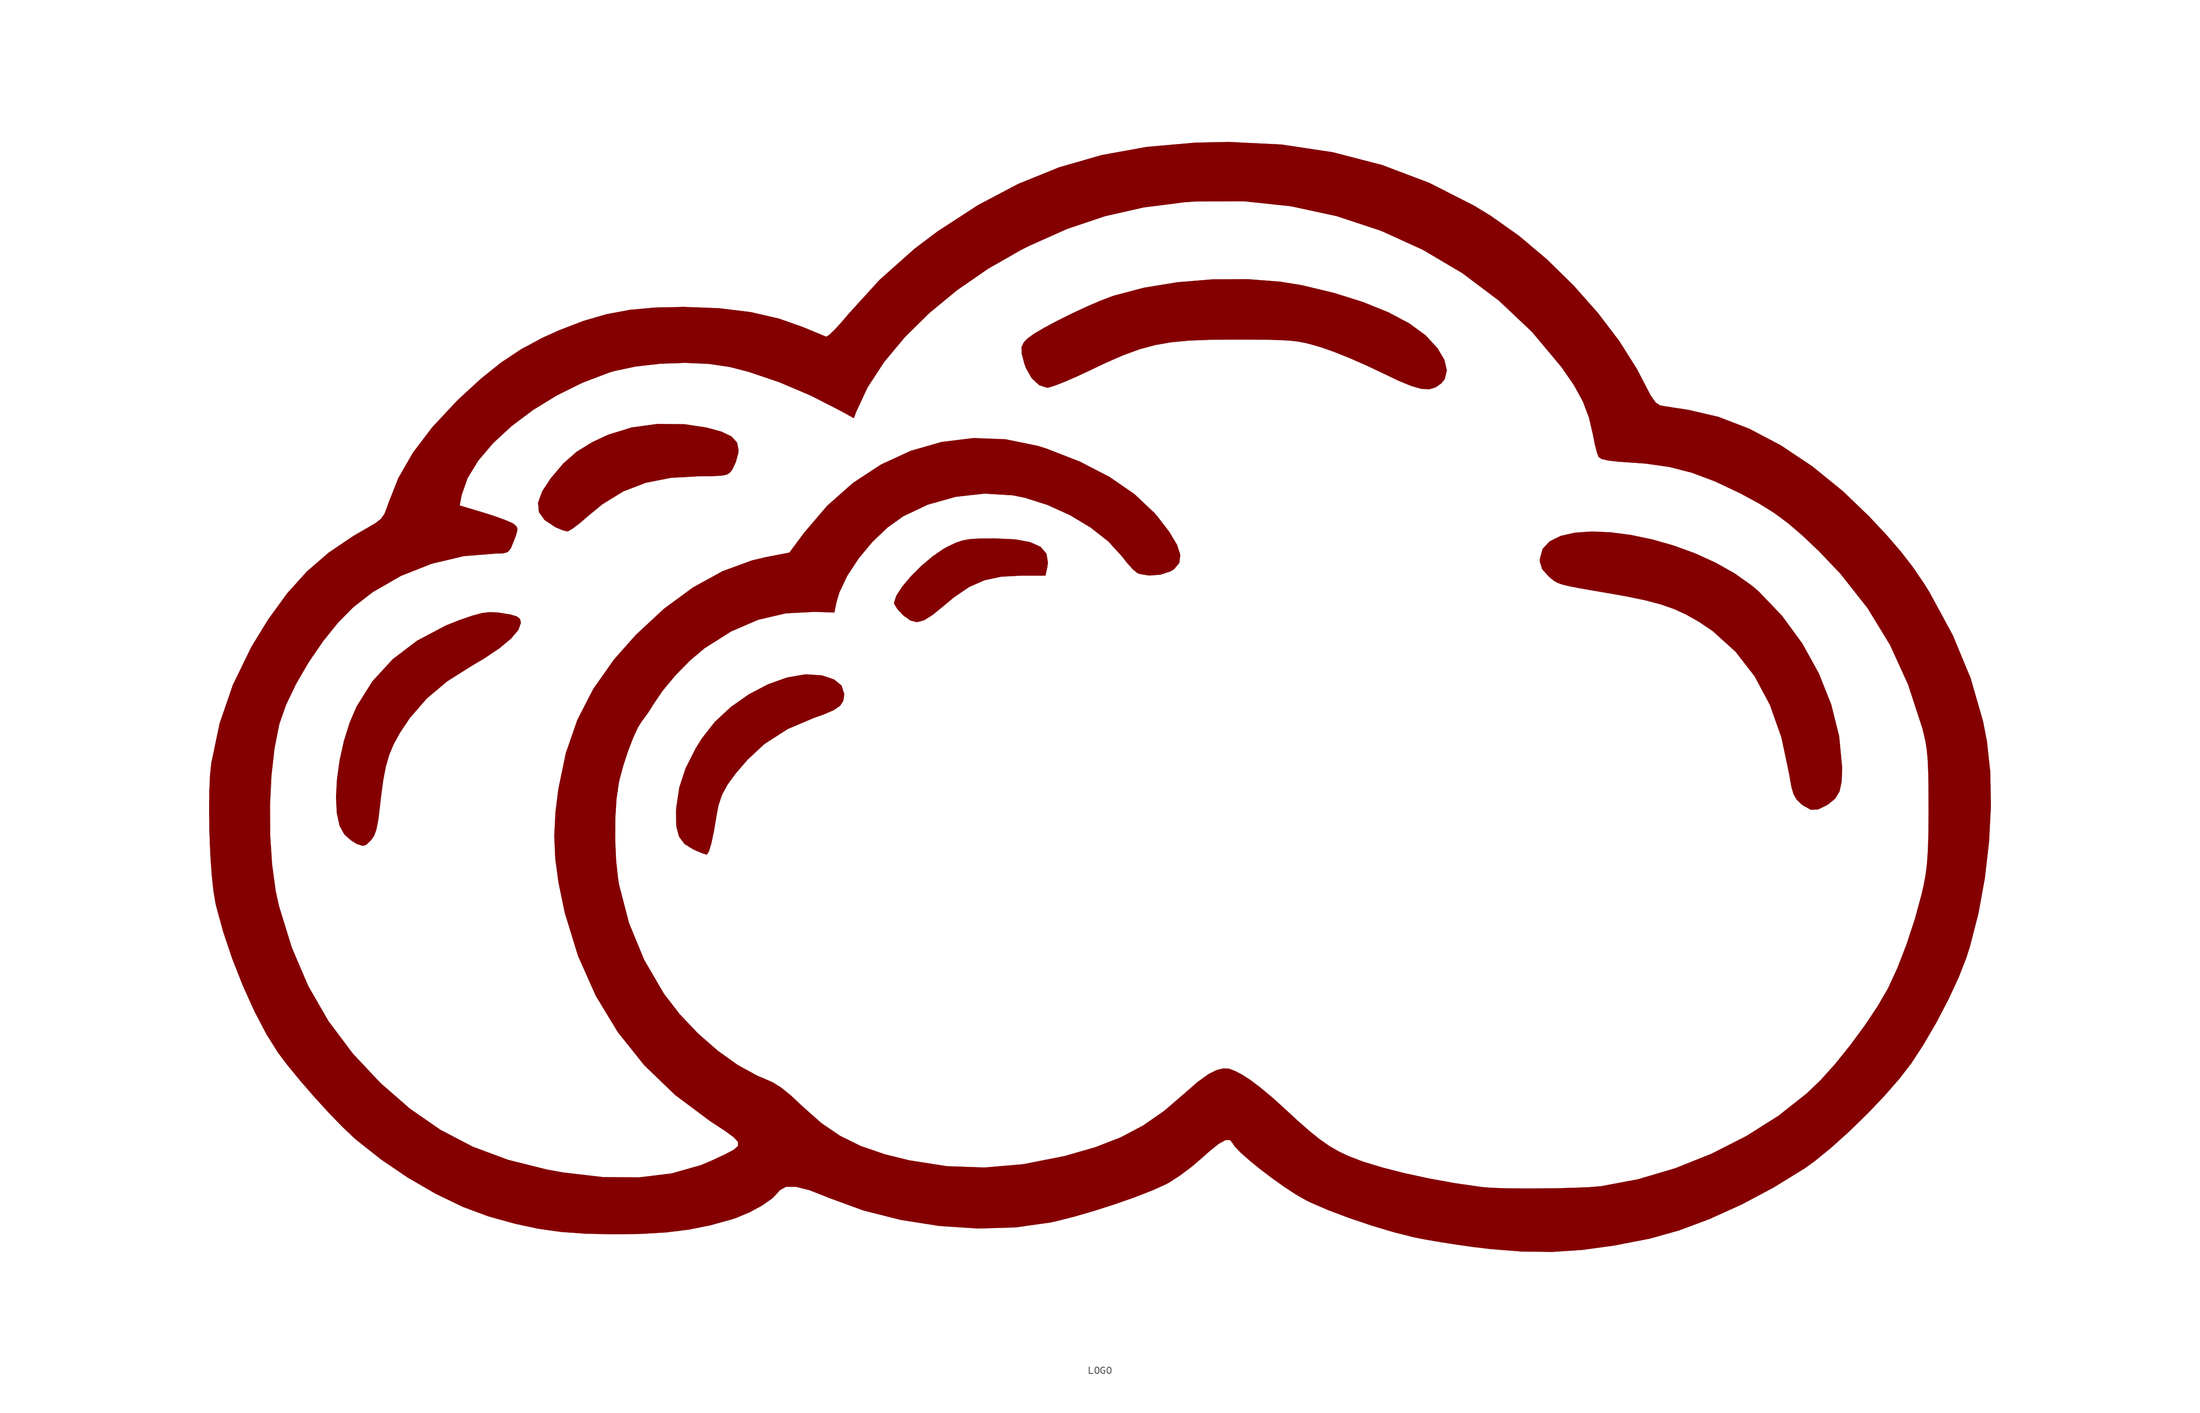
<source format=kicad_sym>
(kicad_symbol_lib
  (version 20220914)
  (generator "bitmap2component")
  (generator_version "8.0")
  (symbol "LOGO"
    (pin_names
      (offset 1.016))
    (property "Reference" "#G"
      (at 0 182.531 0)
      (effects (font (size 1.27 1.27)) hide))
    (symbol "LOGO_0_0"
      (polyline (pts (xy 61.968 -39.004) (xy 66.059 -38.442) (xy 70.573 -37.563) (xy 70.755 -37.523) (xy 74.44 -36.493) (xy 78.434 -35.001) (xy 82.579 -33.121) (xy 86.716 -30.922) (xy 90.689 -28.476) (xy 92.061 -27.489) (xy 94.213 -25.729) (xy 96.532 -23.637) (xy 98.87 -21.358) (xy 101.082 -19.035) (xy 103.021 -16.814) (xy 104.54 -14.838) (xy 106.081 -12.48) (xy 107.761 -9.6) (xy 109.325 -6.617) (xy 110.66 -3.748) (xy 111.651 -1.21) (xy 112.12 0.252) (xy 113.225 4.551) (xy 114.058 9.147) (xy 114.602 13.859) (xy 114.839 18.502) (xy 114.753 22.893) (xy 114.325 26.849) (xy 113.821 29.442) (xy 112.219 35.008) (xy 109.909 40.577) (xy 106.895 46.135) (xy 106.192 47.265) (xy 104.775 49.351) (xy 103.211 51.379) (xy 101.362 53.519) (xy 99.096 55.943) (xy 95.691 59.22) (xy 91.721 62.446) (xy 87.66 65.156) (xy 83.583 67.307) (xy 79.559 68.856) (xy 75.663 69.761) (xy 75.362 69.806) (xy 73.931 70.024) (xy 72.746 70.21) (xy 72.038 70.329) (xy 72.006 70.335) (xy 71.449 70.7) (xy 70.806 71.597) (xy 70.023 73.104) (xy 69.016 75.044) (xy 66.735 78.661) (xy 63.953 82.319) (xy 60.783 85.894) (xy 57.339 89.264) (xy 53.733 92.304) (xy 50.08 94.891) (xy 47.922 96.203) (xy 42.117 99.157) (xy 36.017 101.463) (xy 29.637 103.117) (xy 22.992 104.115) (xy 16.099 104.451) (xy 11.77 104.355) (xy 5.553 103.808) (xy -0.272 102.754) (xy -5.797 101.164) (xy -11.116 99.008) (xy -16.322 96.259) (xy -21.511 92.886) (xy -24.505 90.633) (xy -29.035 86.606) (xy -33.092 82.149) (xy -33.979 81.101) (xy -34.904 80.095) (xy -35.597 79.437) (xy -35.953 79.234) (xy -36.013 79.258) (xy -36.622 79.508) (xy -37.661 79.939) (xy -38.946 80.473) (xy -42.057 81.571) (xy -45.717 82.415) (xy -49.784 82.914) (xy -54.377 83.09) (xy -58.069 83.011) (xy -61.375 82.709) (xy -64.417 82.142) (xy -67.411 81.268) (xy -70.573 80.049) (xy -72.715 79.081) (xy -75.466 77.602) (xy -78.049 75.886) (xy -80.647 73.807) (xy -83.438 71.242) (xy -83.817 70.873) (xy -86.971 67.498) (xy -89.471 64.201) (xy -91.356 60.921) (xy -92.669 57.597) (xy -92.789 57.218) (xy -93.147 56.292) (xy -93.611 55.641) (xy -94.356 55.065) (xy -95.562 54.366) (xy -97.127 53.463) (xy -100.365 51.278) (xy -103.178 48.847) (xy -105.734 46.016) (xy -108.198 42.628) (xy -110.393 39.046) (xy -112.774 34.15) (xy -114.491 29.154) (xy -115.572 23.984) (xy -115.724 22.497) (xy -115.825 20.289) (xy -115.842 18.516) (xy -107.97 18.516) (xy -107.785 22.337) (xy -107.388 25.898) (xy -106.776 28.997) (xy -106.75 29.1) (xy -105.887 31.565) (xy -104.582 34.289) (xy -102.947 37.093) (xy -101.095 39.799) (xy -99.137 42.229) (xy -97.186 44.204) (xy -94.694 46.14) (xy -91.028 48.256) (xy -87.051 49.832) (xy -82.903 50.818) (xy -78.727 51.158) (xy -77.812 51.176) (xy -77.181 51.345) (xy -76.784 51.837) (xy -76.376 52.824) (xy -76.083 53.617) (xy -75.92 54.271) (xy -76.03 54.654) (xy -76.417 54.989) (xy -76.619 55.11) (xy -77.492 55.492) (xy -78.769 55.959) (xy -80.251 56.435) (xy -83.408 57.383) (xy -83.172 58.638) (xy -83.155 58.724) (xy -82.391 60.916) (xy -81.006 63.179) (xy -79.079 65.448) (xy -76.687 67.657) (xy -73.909 69.741) (xy -70.822 71.635) (xy -67.505 73.275) (xy -64.037 74.594) (xy -63.403 74.784) (xy -60.629 75.372) (xy -57.491 75.73) (xy -54.243 75.847) (xy -51.136 75.711) (xy -48.424 75.31) (xy -45.995 74.682) (xy -42.039 73.342) (xy -37.964 71.612) (xy -33.986 69.579) (xy -32.376 68.68) (xy -32.079 69.488) (xy -30.608 72.649) (xy -28.472 75.926) (xy -25.77 79.173) (xy -22.574 82.321) (xy -18.955 85.298) (xy -14.984 88.036) (xy -10.732 90.463) (xy -9.73 90.97) (xy -4.759 93.187) (xy 0.126 94.833) (xy 5.121 95.965) (xy 10.421 96.641) (xy 12.027 96.754) (xy 18.185 96.764) (xy 24.248 96.117) (xy 30.158 94.838) (xy 35.861 92.952) (xy 41.297 90.483) (xy 46.411 87.457) (xy 51.146 83.899) (xy 55.445 79.833) (xy 59.251 75.284) (xy 60.862 72.943) (xy 62.013 70.84) (xy 62.8 68.766) (xy 63.321 66.513) (xy 63.553 65.339) (xy 63.823 64.268) (xy 64.048 63.661) (xy 64.049 63.659) (xy 64.422 63.405) (xy 65.243 63.206) (xy 66.601 63.048) (xy 68.585 62.914) (xy 70.185 62.797) (xy 73.221 62.364) (xy 76.125 61.619) (xy 79.112 60.499) (xy 82.397 58.944) (xy 82.454 58.915) (xy 84.76 57.671) (xy 86.734 56.443) (xy 88.572 55.087) (xy 90.468 53.46) (xy 92.618 51.419) (xy 95.363 48.533) (xy 98.876 44.077) (xy 101.779 39.322) (xy 104.12 34.187) (xy 105.947 28.591) (xy 106.112 27.962) (xy 106.358 26.873) (xy 106.535 25.771) (xy 106.653 24.516) (xy 106.725 22.966) (xy 106.762 20.983) (xy 106.775 18.424) (xy 106.775 17.49) (xy 106.752 14.856) (xy 106.685 12.752) (xy 106.567 11.04) (xy 106.388 9.579) (xy 106.139 8.228) (xy 105.874 7.063) (xy 104.993 3.828) (xy 103.913 0.547) (xy 102.724 -2.528) (xy 101.512 -5.142) (xy 101.474 -5.216) (xy 100.178 -7.443) (xy 98.51 -9.943) (xy 96.622 -12.511) (xy 94.662 -14.944) (xy 92.78 -17.036) (xy 90.998 -18.743) (xy 87.334 -21.638) (xy 83.183 -24.262) (xy 78.68 -26.55) (xy 73.958 -28.438) (xy 69.152 -29.861) (xy 64.394 -30.755) (xy 64.263 -30.771) (xy 62.935 -30.876) (xy 61.098 -30.959) (xy 58.928 -31.018) (xy 56.599 -31.051) (xy 54.286 -31.056) (xy 52.164 -31.033) (xy 50.407 -30.979) (xy 49.19 -30.892) (xy 48.675 -30.831) (xy 45.438 -30.365) (xy 42.151 -29.77) (xy 38.966 -29.082) (xy 36.037 -28.335) (xy 33.516 -27.566) (xy 31.556 -26.81) (xy 30.371 -26.235) (xy 29.193 -25.555) (xy 27.99 -24.72) (xy 26.645 -23.641) (xy 25.037 -22.228) (xy 23.049 -20.392) (xy 21.775 -19.247) (xy 20.288 -18.012) (xy 18.938 -16.988) (xy 17.91 -16.323) (xy 17.005 -15.851) (xy 16.176 -15.538) (xy 15.474 -15.508) (xy 14.627 -15.711) (xy 13.573 -16.226) (xy 12.145 -17.253) (xy 10.464 -18.718) (xy 7.806 -21.005) (xy 5.077 -22.9) (xy 2.164 -24.437) (xy -1.108 -25.708) (xy -4.915 -26.805) (xy -5.231 -26.884) (xy -10.469 -27.913) (xy -15.462 -28.34) (xy -20.337 -28.17) (xy -25.221 -27.405) (xy -28.372 -26.625) (xy -31.461 -25.563) (xy -34.14 -24.246) (xy -36.571 -22.595) (xy -38.91 -20.528) (xy -39.03 -20.411) (xy -40.537 -19) (xy -41.763 -18.008) (xy -42.874 -17.316) (xy -44.036 -16.802) (xy -44.824 -16.478) (xy -47.359 -15.099) (xy -49.984 -13.225) (xy -52.553 -10.98) (xy -54.921 -8.486) (xy -56.943 -5.866) (xy -56.967 -5.832) (xy -59.523 -1.445) (xy -61.469 3.276) (xy -62.764 8.232) (xy -62.895 9.009) (xy -63.156 11.442) (xy -63.278 14.148) (xy -63.261 16.883) (xy -63.103 19.403) (xy -62.804 21.465) (xy -62.695 21.95) (xy -62.208 23.754) (xy -61.603 25.596) (xy -60.951 27.293) (xy -60.319 28.66) (xy -59.777 29.514) (xy -59.607 29.72) (xy -58.966 30.612) (xy -58.305 31.66) (xy -57.148 33.369) (xy -55.453 35.409) (xy -53.561 37.334) (xy -51.698 38.896) (xy -48.273 41.066) (xy -44.777 42.576) (xy -41.191 43.416) (xy -37.445 43.608) (xy -34.9 43.525) (xy -34.628 44.836) (xy -34.259 46.093) (xy -33.225 48.277) (xy -31.754 50.52) (xy -29.973 52.659) (xy -28.007 54.533) (xy -25.981 55.98) (xy -22.802 57.485) (xy -19.191 58.503) (xy -15.468 58.918) (xy -11.812 58.696) (xy -10.25 58.382) (xy -7.303 57.45) (xy -4.408 56.134) (xy -1.73 54.529) (xy 0.566 52.726) (xy 2.312 50.819) (xy 2.977 49.969) (xy 3.749 49.114) (xy 4.304 48.647) (xy 4.606 48.517) (xy 5.872 48.312) (xy 7.318 48.425) (xy 8.598 48.839) (xy 9.093 49.143) (xy 9.759 49.936) (xy 9.891 50.964) (xy 9.476 52.273) (xy 8.504 53.91) (xy 6.965 55.922) (xy 6.563 56.392) (xy 3.961 58.85) (xy 0.72 61.082) (xy -3.122 63.066) (xy -7.522 64.774) (xy -8.59 65.107) (xy -12.741 65.95) (xy -16.902 66.108) (xy -21.017 65.602) (xy -25.026 64.451) (xy -28.871 62.676) (xy -32.494 60.298) (xy -35.837 57.337) (xy -38.842 53.813) (xy -40.719 51.282) (xy -43.881 50.665) (xy -45.537 50.276) (xy -49.369 48.873) (xy -53.179 46.784) (xy -56.934 44.029) (xy -60.6 40.629) (xy -63.447 37.417) (xy -66.123 33.608) (xy -68.179 29.606) (xy -69.668 25.309) (xy -70.64 20.613) (xy -71.006 17.646) (xy -71.162 14.59) (xy -71.031 11.657) (xy -70.615 8.559) (xy -69.793 4.609) (xy -68.082 -0.95) (xy -65.795 -6.093) (xy -62.938 -10.809) (xy -59.516 -15.091) (xy -55.535 -18.932) (xy -50.999 -22.321) (xy -50.751 -22.484) (xy -49.044 -23.608) (xy -47.915 -24.428) (xy -47.359 -25.043) (xy -47.374 -25.552) (xy -47.955 -26.057) (xy -49.098 -26.655) (xy -50.8 -27.448) (xy -52.177 -28.029) (xy -55.955 -29.102) (xy -60.183 -29.619) (xy -64.86 -29.58) (xy -69.988 -28.985) (xy -72.163 -28.591) (xy -77.166 -27.338) (xy -81.709 -25.645) (xy -85.902 -23.457) (xy -89.854 -20.721) (xy -93.676 -17.382) (xy -97.251 -13.576) (xy -100.404 -9.369) (xy -103.015 -4.835) (xy -105.137 0.118) (xy -106.821 5.583) (xy -107.239 7.52) (xy -107.697 10.905) (xy -107.941 14.638) (xy -107.97 18.516) (xy -115.842 18.516) (xy -115.85 17.731) (xy -115.805 15.001) (xy -115.695 12.275) (xy -115.525 9.733) (xy -115.3 7.549) (xy -115.027 5.903) (xy -114.927 5.47) (xy -114.018 2.147) (xy -112.841 -1.343) (xy -111.47 -4.826) (xy -109.977 -8.125) (xy -108.437 -11.067) (xy -106.922 -13.475) (xy -105.723 -15.064) (xy -104.089 -17.059) (xy -102.259 -19.17) (xy -100.385 -21.223) (xy -98.623 -23.045) (xy -97.128 -24.462) (xy -96.757 -24.786) (xy -93.575 -27.307) (xy -90.112 -29.654) (xy -86.542 -31.725) (xy -83.039 -33.418) (xy -79.777 -34.63) (xy -79.391 -34.747) (xy -76.171 -35.636) (xy -73.214 -36.269) (xy -70.278 -36.681) (xy -67.121 -36.907) (xy -63.5 -36.981) (xy -59.983 -36.935) (xy -56.7 -36.743) (xy -53.767 -36.383) (xy -50.999 -35.83) (xy -48.211 -35.062) (xy -47.606 -34.86) (xy -45.849 -34.124) (xy -44.23 -33.245) (xy -42.932 -32.334) (xy -42.141 -31.498) (xy -41.991 -31.298) (xy -41.166 -30.841) (xy -39.89 -30.83) (xy -38.13 -31.27) (xy -35.853 -32.163) (xy -35.633 -32.259) (xy -31.146 -33.898) (xy -26.314 -35.12) (xy -21.306 -35.906) (xy -16.291 -36.236) (xy -11.438 -36.092) (xy -6.914 -35.453) (xy -6.33 -35.327) (xy -3.949 -34.73) (xy -1.304 -33.965) (xy 1.411 -33.095) (xy 4.004 -32.185) (xy 6.283 -31.298) (xy 8.055 -30.498) (xy 8.45 -30.283) (xy 9.829 -29.391) (xy 11.353 -28.248) (xy 12.759 -27.047) (xy 13.643 -26.251) (xy 14.878 -25.264) (xy 15.755 -24.783) (xy 16.338 -24.781) (xy 16.687 -25.227) (xy 16.907 -25.572) (xy 17.668 -26.376) (xy 18.828 -27.407) (xy 20.26 -28.571) (xy 21.84 -29.769) (xy 23.442 -30.905) (xy 24.942 -31.883) (xy 26.214 -32.605) (xy 26.796 -32.887) (xy 29.079 -33.87) (xy 31.776 -34.885) (xy 34.663 -35.858) (xy 37.519 -36.711) (xy 40.121 -37.368) (xy 40.215 -37.389) (xy 41.662 -37.671) (xy 43.563 -37.997) (xy 45.682 -38.328) (xy 47.783 -38.624) (xy 50.064 -38.899) (xy 54.186 -39.223) (xy 58.081 -39.261) (xy 61.968 -39.004)) (stroke (width 0.01) (type default)) (fill (type outline)))
      (polyline (pts (xy -51.407 12.177) (xy -51.134 12.606) (xy -50.818 13.656) (xy -50.481 15.245) (xy -50.142 17.293) (xy -49.895 18.575) (xy -49.443 19.917) (xy -48.73 21.234) (xy -47.663 22.69) (xy -46.149 24.451) (xy -43.957 26.492) (xy -40.968 28.421) (xy -37.537 29.881) (xy -36.275 30.322) (xy -34.953 30.893) (xy -34.144 31.454) (xy -33.739 32.09) (xy -33.628 32.883) (xy -33.631 33.003) (xy -33.968 34.06) (xy -34.901 34.837) (xy -36.475 35.374) (xy -36.504 35.38) (xy -38.638 35.518) (xy -41.013 35.11) (xy -43.502 34.223) (xy -45.978 32.923) (xy -48.315 31.276) (xy -50.386 29.349) (xy -52.064 27.208) (xy -52.865 25.91) (xy -54.161 23.349) (xy -54.967 20.895) (xy -55.355 18.351) (xy -55.399 17.639) (xy -55.356 15.811) (xy -55.002 14.487) (xy -54.284 13.539) (xy -53.153 12.841) (xy -52.742 12.659) (xy -51.895 12.312) (xy -51.44 12.171) (xy -51.407 12.177)) (stroke (width 0.01) (type default)) (fill (type outline)))
      (polyline (pts (xy -95.482 13.459) (xy -94.875 14.054) (xy -94.483 14.613) (xy -94.188 15.428) (xy -93.951 16.651) (xy -93.731 18.436) (xy -93.617 19.481) (xy -93.309 21.797) (xy -92.955 23.629) (xy -92.51 25.146) (xy -91.928 26.515) (xy -91.163 27.904) (xy -89.877 29.842) (xy -87.674 32.383) (xy -85.013 34.62) (xy -81.766 36.669) (xy -80.291 37.531) (xy -78.27 38.886) (xy -76.759 40.143) (xy -75.812 41.256) (xy -75.484 42.177) (xy -75.485 42.209) (xy -75.602 42.691) (xy -76.026 43.024) (xy -76.892 43.273) (xy -78.338 43.499) (xy -78.534 43.523) (xy -79.507 43.572) (xy -80.501 43.453) (xy -81.728 43.128) (xy -83.398 42.556) (xy -85.211 41.837) (xy -88.909 39.883) (xy -92.08 37.472) (xy -94.702 34.624) (xy -96.753 31.354) (xy -97.65 29.271) (xy -98.397 26.889) (xy -98.949 24.397) (xy -99.294 21.926) (xy -99.419 19.602) (xy -99.313 17.556) (xy -98.962 15.916) (xy -98.355 14.809) (xy -98.314 14.765) (xy -97.507 14.043) (xy -96.77 13.578) (xy -96.597 13.507) (xy -95.943 13.305) (xy -95.482 13.459)) (stroke (width 0.01) (type default)) (fill (type outline)))
      (polyline (pts (xy 92.451 18.017) (xy 93.617 18.585) (xy 93.774 18.683) (xy 94.686 19.429) (xy 95.244 20.357) (xy 95.518 21.638) (xy 95.577 23.448) (xy 95.577 23.455) (xy 95.191 27.509) (xy 94.165 31.616) (xy 92.553 35.662) (xy 90.41 39.53) (xy 87.792 43.105) (xy 84.753 46.272) (xy 83.886 47.011) (xy 81.671 48.581) (xy 79.198 49.975) (xy 76.541 51.182) (xy 73.776 52.19) (xy 70.978 52.987) (xy 68.223 53.564) (xy 65.585 53.908) (xy 63.14 54.01) (xy 60.964 53.856) (xy 59.131 53.437) (xy 57.717 52.74) (xy 56.797 51.756) (xy 56.447 50.472) (xy 56.456 50.048) (xy 56.746 49.132) (xy 57.538 48.244) (xy 57.925 47.899) (xy 58.313 47.597) (xy 58.754 47.355) (xy 59.356 47.142) (xy 60.23 46.929) (xy 61.483 46.685) (xy 63.223 46.379) (xy 65.56 45.98) (xy 67.654 45.607) (xy 70.118 45.096) (xy 72.132 44.563) (xy 73.848 43.959) (xy 75.419 43.235) (xy 77 42.343) (xy 78.85 41.092) (xy 81.788 38.438) (xy 84.249 35.258) (xy 86.227 31.557) (xy 87.719 27.342) (xy 88.719 22.622) (xy 88.759 22.364) (xy 89.017 20.922) (xy 89.297 19.972) (xy 89.674 19.321) (xy 90.224 18.776) (xy 90.546 18.517) (xy 91.512 17.99) (xy 92.451 18.017)) (stroke (width 0.01) (type default)) (fill (type outline)))
      (polyline (pts (xy -23.264 42.526) (xy -22.112 43.257) (xy -20.61 44.493) (xy -19.411 45.489) (xy -17.421 46.841) (xy -15.457 47.704) (xy -13.304 48.162) (xy -10.747 48.296) (xy -7.569 48.296) (xy -7.338 49.348) (xy -7.247 49.976) (xy -7.439 51.143) (xy -8.194 52.025) (xy -9.541 52.636) (xy -11.51 52.995) (xy -14.131 53.115) (xy -14.348 53.116) (xy -16.081 53.101) (xy -17.323 53.027) (xy -18.276 52.86) (xy -19.143 52.567) (xy -20.127 52.113) (xy -20.742 51.778) (xy -22.182 50.789) (xy -23.637 49.558) (xy -24.987 48.214) (xy -26.109 46.883) (xy -26.879 45.693) (xy -27.176 44.772) (xy -27.148 44.632) (xy -26.767 44.004) (xy -26.078 43.252) (xy -25.892 43.083) (xy -25.028 42.468) (xy -24.194 42.273) (xy -23.264 42.526)) (stroke (width 0.01) (type default)) (fill (type outline)))
      (polyline (pts (xy -69.362 54.044) (xy -68.762 54.4) (xy -67.848 55.097) (xy -66.776 56.022) (xy -64.895 57.566) (xy -62.214 59.206) (xy -59.31 60.323) (xy -56.057 60.962) (xy -52.329 61.169) (xy -51.928 61.17) (xy -50.397 61.188) (xy -49.4 61.253) (xy -48.786 61.395) (xy -48.406 61.644) (xy -48.109 62.031) (xy -47.655 62.996) (xy -47.346 64.128) (xy -47.303 64.574) (xy -47.505 65.545) (xy -48.214 66.313) (xy -49.5 66.935) (xy -51.432 67.468) (xy -54.304 67.901) (xy -57.774 67.941) (xy -61.132 67.485) (xy -64.161 66.549) (xy -66.239 65.584) (xy -68.268 64.332) (xy -69.993 62.817) (xy -71.639 60.872) (xy -72.728 59.21) (xy -73.258 57.75) (xy -73.153 56.527) (xy -72.406 55.486) (xy -71.013 54.569) (xy -70.973 54.549) (xy -70.095 54.177) (xy -69.459 54.022) (xy -69.362 54.044)) (stroke (width 0.01) (type default)) (fill (type outline)))
      (polyline (pts (xy 42.951 72.672) (xy 43.69 73.199) (xy 44.117 73.725) (xy 44.398 74.879) (xy 44.08 76.247) (xy 43.184 77.754) (xy 41.735 79.329) (xy 41.618 79.434) (xy 39.539 80.956) (xy 36.828 82.394) (xy 33.562 83.717) (xy 29.816 84.894) (xy 25.668 85.893) (xy 22.837 86.356) (xy 18.545 86.684) (xy 14.03 86.655) (xy 9.509 86.283) (xy 5.199 85.579) (xy 1.317 84.555) (xy 1.121 84.49) (xy -0.45 83.893) (xy -2.279 83.106) (xy -4.214 82.203) (xy -6.1 81.263) (xy -7.783 80.36) (xy -9.11 79.571) (xy -9.927 78.973) (xy -10.373 78.502) (xy -10.67 77.874) (xy -10.641 77.044) (xy -10.314 75.781) (xy -10.111 75.204) (xy -9.35 73.863) (xy -8.386 72.956) (xy -7.349 72.623) (xy -7.173 72.645) (xy -6.328 72.906) (xy -5.04 73.411) (xy -3.449 74.103) (xy -1.698 74.924) (xy 0.276 75.862) (xy 2.563 76.858) (xy 4.633 77.611) (xy 6.643 78.154) (xy 8.747 78.518) (xy 11.1 78.736) (xy 13.857 78.84) (xy 17.172 78.863) (xy 18.725 78.859) (xy 20.945 78.843) (xy 22.653 78.804) (xy 23.981 78.732) (xy 25.058 78.615) (xy 26.014 78.439) (xy 26.979 78.195) (xy 28.083 77.869) (xy 28.217 77.827) (xy 29.839 77.254) (xy 31.829 76.454) (xy 33.947 75.53) (xy 35.954 74.58) (xy 38.081 73.562) (xy 39.797 72.852) (xy 41.11 72.48) (xy 42.126 72.426) (xy 42.951 72.672)) (stroke (width 0.01) (type default)) (fill (type outline))))))
</source>
